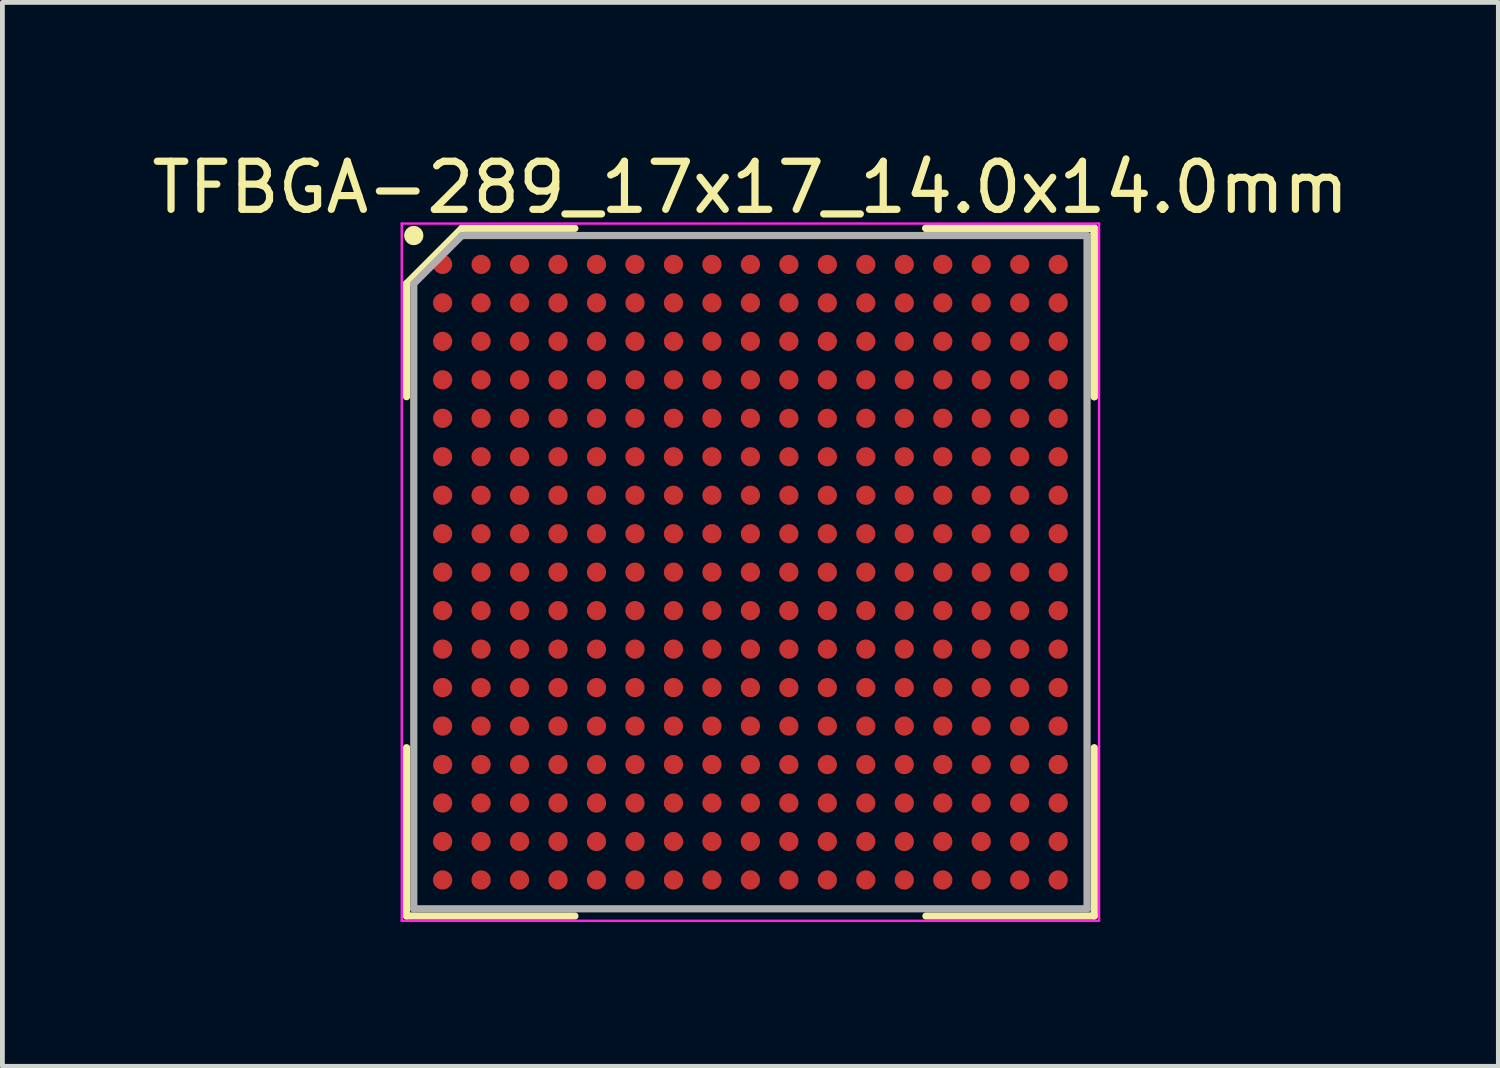
<source format=kicad_pcb>
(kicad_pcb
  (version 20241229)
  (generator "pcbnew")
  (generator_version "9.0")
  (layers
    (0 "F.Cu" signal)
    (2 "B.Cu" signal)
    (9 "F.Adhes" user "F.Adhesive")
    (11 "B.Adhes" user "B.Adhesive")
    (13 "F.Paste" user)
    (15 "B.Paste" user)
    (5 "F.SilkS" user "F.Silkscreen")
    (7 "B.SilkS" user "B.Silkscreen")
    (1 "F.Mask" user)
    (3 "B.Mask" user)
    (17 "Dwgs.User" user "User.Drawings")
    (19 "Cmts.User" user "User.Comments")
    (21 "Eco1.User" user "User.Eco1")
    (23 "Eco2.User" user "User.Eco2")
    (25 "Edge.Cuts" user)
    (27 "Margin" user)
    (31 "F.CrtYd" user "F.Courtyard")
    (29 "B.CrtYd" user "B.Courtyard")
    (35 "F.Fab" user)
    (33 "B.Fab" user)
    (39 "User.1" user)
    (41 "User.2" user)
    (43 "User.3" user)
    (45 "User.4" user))
  (footprint "TFBGA-289_17x17_14.0x14.0mm"
    (layer "F.Cu")
    (at 12.554 8.848)
    (property "Reference" "TFBGA-289_17x17_14.0x14.0mm" (at 0 -8 0) (layer "F.SilkS") (effects (font (size 1 1) (thickness 0.15))))
    (attr smd)
    (fp_line (start -7.15 -6) (end -7.15 -3.65) (stroke (width 0.15) (type solid)) (layer "F.SilkS"))
    (fp_line (start -7.15 7.15) (end -7.15 3.65) (stroke (width 0.15) (type solid)) (layer "F.SilkS"))
    (fp_line (start -6 -7.15) (end -7.15 -6) (stroke (width 0.15) (type solid)) (layer "F.SilkS"))
    (fp_line (start -3.65 -7.15) (end -6 -7.15) (stroke (width 0.15) (type solid)) (layer "F.SilkS"))
    (fp_line (start -3.65 7.15) (end -7.15 7.15) (stroke (width 0.15) (type solid)) (layer "F.SilkS"))
    (fp_line (start 3.65 -7.15) (end 7.15 -7.15) (stroke (width 0.15) (type solid)) (layer "F.SilkS"))
    (fp_line (start 3.65 -7.15) (end 7.15 -7.15) (stroke (width 0.15) (type solid)) (layer "F.SilkS"))
    (fp_line (start 3.65 -7.15) (end 7.15 -7.15) (stroke (width 0.15) (type solid)) (layer "F.SilkS"))
    (fp_line (start 3.65 7.15) (end 7.15 7.15) (stroke (width 0.15) (type solid)) (layer "F.SilkS"))
    (fp_line (start 7.15 -7.15) (end 7.15 -3.65) (stroke (width 0.15) (type solid)) (layer "F.SilkS"))
    (fp_line (start 7.15 -7.15) (end 7.15 -3.65) (stroke (width 0.15) (type solid)) (layer "F.SilkS"))
    (fp_line (start 7.15 -7.15) (end 7.15 -3.65) (stroke (width 0.15) (type solid)) (layer "F.SilkS"))
    (fp_line (start 7.15 7.15) (end 7.15 3.65) (stroke (width 0.15) (type solid)) (layer "F.SilkS"))
    (fp_circle (center -7 -7) (end -7 -6.9) (stroke (width 0.2) (type solid)) (fill no) (layer "F.SilkS"))
    (fp_line (start -7.25 -7.25) (end 7.25 -7.25) (stroke (width 0.05) (type solid)) (layer "F.CrtYd"))
    (fp_line (start -7.25 7.25) (end -7.25 -7.25) (stroke (width 0.05) (type solid)) (layer "F.CrtYd"))
    (fp_line (start 7.25 -7.25) (end 7.25 7.25) (stroke (width 0.05) (type solid)) (layer "F.CrtYd"))
    (fp_line (start 7.25 7.25) (end -7.25 7.25) (stroke (width 0.05) (type solid)) (layer "F.CrtYd"))
    (fp_line (start -7 -6) (end -7 7) (stroke (width 0.15) (type solid)) (layer "F.Fab"))
    (fp_line (start -7 7) (end 7 7) (stroke (width 0.15) (type solid)) (layer "F.Fab"))
    (fp_line (start -6 -7) (end -7 -6) (stroke (width 0.15) (type solid)) (layer "F.Fab"))
    (fp_line (start 7 -7) (end -6 -7) (stroke (width 0.15) (type solid)) (layer "F.Fab"))
    (fp_line (start 7 7) (end 7 -7) (stroke (width 0.15) (type solid)) (layer "F.Fab"))
    (pad "A1" smd circle (at -6.4 -6.4) (size 0.4 0.4) (layers "F.Cu" "F.Mask" "F.Paste"))
    (pad "A2" smd circle (at -5.6 -6.4) (size 0.4 0.4) (layers "F.Cu" "F.Mask" "F.Paste"))
    (pad "A3" smd circle (at -4.8 -6.4) (size 0.4 0.4) (layers "F.Cu" "F.Mask" "F.Paste"))
    (pad "A4" smd circle (at -4 -6.4) (size 0.4 0.4) (layers "F.Cu" "F.Mask" "F.Paste"))
    (pad "A5" smd circle (at -3.2 -6.4) (size 0.4 0.4) (layers "F.Cu" "F.Mask" "F.Paste"))
    (pad "A6" smd circle (at -2.4 -6.4) (size 0.4 0.4) (layers "F.Cu" "F.Mask" "F.Paste"))
    (pad "A7" smd circle (at -1.6 -6.4) (size 0.4 0.4) (layers "F.Cu" "F.Mask" "F.Paste"))
    (pad "A8" smd circle (at -0.8 -6.4) (size 0.4 0.4) (layers "F.Cu" "F.Mask" "F.Paste"))
    (pad "A9" smd circle (at 0 -6.4) (size 0.4 0.4) (layers "F.Cu" "F.Mask" "F.Paste"))
    (pad "A10" smd circle (at 0.8 -6.4) (size 0.4 0.4) (layers "F.Cu" "F.Mask" "F.Paste"))
    (pad "A11" smd circle (at 1.6 -6.4) (size 0.4 0.4) (layers "F.Cu" "F.Mask" "F.Paste"))
    (pad "A12" smd circle (at 2.4 -6.4) (size 0.4 0.4) (layers "F.Cu" "F.Mask" "F.Paste"))
    (pad "A13" smd circle (at 3.2 -6.4) (size 0.4 0.4) (layers "F.Cu" "F.Mask" "F.Paste"))
    (pad "A14" smd circle (at 4 -6.4) (size 0.4 0.4) (layers "F.Cu" "F.Mask" "F.Paste"))
    (pad "A15" smd circle (at 4.8 -6.4) (size 0.4 0.4) (layers "F.Cu" "F.Mask" "F.Paste"))
    (pad "A16" smd circle (at 5.6 -6.4) (size 0.4 0.4) (layers "F.Cu" "F.Mask" "F.Paste"))
    (pad "A17" smd circle (at 6.4 -6.4) (size 0.4 0.4) (layers "F.Cu" "F.Mask" "F.Paste"))
    (pad "B1" smd circle (at -6.4 -5.6) (size 0.4 0.4) (layers "F.Cu" "F.Mask" "F.Paste"))
    (pad "B2" smd circle (at -5.6 -5.6) (size 0.4 0.4) (layers "F.Cu" "F.Mask" "F.Paste"))
    (pad "B3" smd circle (at -4.8 -5.6) (size 0.4 0.4) (layers "F.Cu" "F.Mask" "F.Paste"))
    (pad "B4" smd circle (at -4 -5.6) (size 0.4 0.4) (layers "F.Cu" "F.Mask" "F.Paste"))
    (pad "B5" smd circle (at -3.2 -5.6) (size 0.4 0.4) (layers "F.Cu" "F.Mask" "F.Paste"))
    (pad "B6" smd circle (at -2.4 -5.6) (size 0.4 0.4) (layers "F.Cu" "F.Mask" "F.Paste"))
    (pad "B7" smd circle (at -1.6 -5.6) (size 0.4 0.4) (layers "F.Cu" "F.Mask" "F.Paste"))
    (pad "B8" smd circle (at -0.8 -5.6) (size 0.4 0.4) (layers "F.Cu" "F.Mask" "F.Paste"))
    (pad "B9" smd circle (at 0 -5.6) (size 0.4 0.4) (layers "F.Cu" "F.Mask" "F.Paste"))
    (pad "B10" smd circle (at 0.8 -5.6) (size 0.4 0.4) (layers "F.Cu" "F.Mask" "F.Paste"))
    (pad "B11" smd circle (at 1.6 -5.6) (size 0.4 0.4) (layers "F.Cu" "F.Mask" "F.Paste"))
    (pad "B12" smd circle (at 2.4 -5.6) (size 0.4 0.4) (layers "F.Cu" "F.Mask" "F.Paste"))
    (pad "B13" smd circle (at 3.2 -5.6) (size 0.4 0.4) (layers "F.Cu" "F.Mask" "F.Paste"))
    (pad "B14" smd circle (at 4 -5.6) (size 0.4 0.4) (layers "F.Cu" "F.Mask" "F.Paste"))
    (pad "B15" smd circle (at 4.8 -5.6) (size 0.4 0.4) (layers "F.Cu" "F.Mask" "F.Paste"))
    (pad "B16" smd circle (at 5.6 -5.6) (size 0.4 0.4) (layers "F.Cu" "F.Mask" "F.Paste"))
    (pad "B17" smd circle (at 6.4 -5.6) (size 0.4 0.4) (layers "F.Cu" "F.Mask" "F.Paste"))
    (pad "C1" smd circle (at -6.4 -4.8) (size 0.4 0.4) (layers "F.Cu" "F.Mask" "F.Paste"))
    (pad "C2" smd circle (at -5.6 -4.8) (size 0.4 0.4) (layers "F.Cu" "F.Mask" "F.Paste"))
    (pad "C3" smd circle (at -4.8 -4.8) (size 0.4 0.4) (layers "F.Cu" "F.Mask" "F.Paste"))
    (pad "C4" smd circle (at -4 -4.8) (size 0.4 0.4) (layers "F.Cu" "F.Mask" "F.Paste"))
    (pad "C5" smd circle (at -3.2 -4.8) (size 0.4 0.4) (layers "F.Cu" "F.Mask" "F.Paste"))
    (pad "C6" smd circle (at -2.4 -4.8) (size 0.4 0.4) (layers "F.Cu" "F.Mask" "F.Paste"))
    (pad "C7" smd circle (at -1.6 -4.8) (size 0.4 0.4) (layers "F.Cu" "F.Mask" "F.Paste"))
    (pad "C8" smd circle (at -0.8 -4.8) (size 0.4 0.4) (layers "F.Cu" "F.Mask" "F.Paste"))
    (pad "C9" smd circle (at 0 -4.8) (size 0.4 0.4) (layers "F.Cu" "F.Mask" "F.Paste"))
    (pad "C10" smd circle (at 0.8 -4.8) (size 0.4 0.4) (layers "F.Cu" "F.Mask" "F.Paste"))
    (pad "C11" smd circle (at 1.6 -4.8) (size 0.4 0.4) (layers "F.Cu" "F.Mask" "F.Paste"))
    (pad "C12" smd circle (at 2.4 -4.8) (size 0.4 0.4) (layers "F.Cu" "F.Mask" "F.Paste"))
    (pad "C13" smd circle (at 3.2 -4.8) (size 0.4 0.4) (layers "F.Cu" "F.Mask" "F.Paste"))
    (pad "C14" smd circle (at 4 -4.8) (size 0.4 0.4) (layers "F.Cu" "F.Mask" "F.Paste"))
    (pad "C15" smd circle (at 4.8 -4.8) (size 0.4 0.4) (layers "F.Cu" "F.Mask" "F.Paste"))
    (pad "C16" smd circle (at 5.6 -4.8) (size 0.4 0.4) (layers "F.Cu" "F.Mask" "F.Paste"))
    (pad "C17" smd circle (at 6.4 -4.8) (size 0.4 0.4) (layers "F.Cu" "F.Mask" "F.Paste"))
    (pad "D1" smd circle (at -6.4 -4) (size 0.4 0.4) (layers "F.Cu" "F.Mask" "F.Paste"))
    (pad "D2" smd circle (at -5.6 -4) (size 0.4 0.4) (layers "F.Cu" "F.Mask" "F.Paste"))
    (pad "D3" smd circle (at -4.8 -4) (size 0.4 0.4) (layers "F.Cu" "F.Mask" "F.Paste"))
    (pad "D4" smd circle (at -4 -4) (size 0.4 0.4) (layers "F.Cu" "F.Mask" "F.Paste"))
    (pad "D5" smd circle (at -3.2 -4) (size 0.4 0.4) (layers "F.Cu" "F.Mask" "F.Paste"))
    (pad "D6" smd circle (at -2.4 -4) (size 0.4 0.4) (layers "F.Cu" "F.Mask" "F.Paste"))
    (pad "D7" smd circle (at -1.6 -4) (size 0.4 0.4) (layers "F.Cu" "F.Mask" "F.Paste"))
    (pad "D8" smd circle (at -0.8 -4) (size 0.4 0.4) (layers "F.Cu" "F.Mask" "F.Paste"))
    (pad "D9" smd circle (at 0 -4) (size 0.4 0.4) (layers "F.Cu" "F.Mask" "F.Paste"))
    (pad "D10" smd circle (at 0.8 -4) (size 0.4 0.4) (layers "F.Cu" "F.Mask" "F.Paste"))
    (pad "D11" smd circle (at 1.6 -4) (size 0.4 0.4) (layers "F.Cu" "F.Mask" "F.Paste"))
    (pad "D12" smd circle (at 2.4 -4) (size 0.4 0.4) (layers "F.Cu" "F.Mask" "F.Paste"))
    (pad "D13" smd circle (at 3.2 -4) (size 0.4 0.4) (layers "F.Cu" "F.Mask" "F.Paste"))
    (pad "D14" smd circle (at 4 -4) (size 0.4 0.4) (layers "F.Cu" "F.Mask" "F.Paste"))
    (pad "D15" smd circle (at 4.8 -4) (size 0.4 0.4) (layers "F.Cu" "F.Mask" "F.Paste"))
    (pad "D16" smd circle (at 5.6 -4) (size 0.4 0.4) (layers "F.Cu" "F.Mask" "F.Paste"))
    (pad "D17" smd circle (at 6.4 -4) (size 0.4 0.4) (layers "F.Cu" "F.Mask" "F.Paste"))
    (pad "E1" smd circle (at -6.4 -3.2) (size 0.4 0.4) (layers "F.Cu" "F.Mask" "F.Paste"))
    (pad "E2" smd circle (at -5.6 -3.2) (size 0.4 0.4) (layers "F.Cu" "F.Mask" "F.Paste"))
    (pad "E3" smd circle (at -4.8 -3.2) (size 0.4 0.4) (layers "F.Cu" "F.Mask" "F.Paste"))
    (pad "E4" smd circle (at -4 -3.2) (size 0.4 0.4) (layers "F.Cu" "F.Mask" "F.Paste"))
    (pad "E5" smd circle (at -3.2 -3.2) (size 0.4 0.4) (layers "F.Cu" "F.Mask" "F.Paste"))
    (pad "E6" smd circle (at -2.4 -3.2) (size 0.4 0.4) (layers "F.Cu" "F.Mask" "F.Paste"))
    (pad "E7" smd circle (at -1.6 -3.2) (size 0.4 0.4) (layers "F.Cu" "F.Mask" "F.Paste"))
    (pad "E8" smd circle (at -0.8 -3.2) (size 0.4 0.4) (layers "F.Cu" "F.Mask" "F.Paste"))
    (pad "E9" smd circle (at 0 -3.2) (size 0.4 0.4) (layers "F.Cu" "F.Mask" "F.Paste"))
    (pad "E10" smd circle (at 0.8 -3.2) (size 0.4 0.4) (layers "F.Cu" "F.Mask" "F.Paste"))
    (pad "E11" smd circle (at 1.6 -3.2) (size 0.4 0.4) (layers "F.Cu" "F.Mask" "F.Paste"))
    (pad "E12" smd circle (at 2.4 -3.2) (size 0.4 0.4) (layers "F.Cu" "F.Mask" "F.Paste"))
    (pad "E13" smd circle (at 3.2 -3.2) (size 0.4 0.4) (layers "F.Cu" "F.Mask" "F.Paste"))
    (pad "E14" smd circle (at 4 -3.2) (size 0.4 0.4) (layers "F.Cu" "F.Mask" "F.Paste"))
    (pad "E15" smd circle (at 4.8 -3.2) (size 0.4 0.4) (layers "F.Cu" "F.Mask" "F.Paste"))
    (pad "E16" smd circle (at 5.6 -3.2) (size 0.4 0.4) (layers "F.Cu" "F.Mask" "F.Paste"))
    (pad "E17" smd circle (at 6.4 -3.2) (size 0.4 0.4) (layers "F.Cu" "F.Mask" "F.Paste"))
    (pad "F1" smd circle (at -6.4 -2.4) (size 0.4 0.4) (layers "F.Cu" "F.Mask" "F.Paste"))
    (pad "F2" smd circle (at -5.6 -2.4) (size 0.4 0.4) (layers "F.Cu" "F.Mask" "F.Paste"))
    (pad "F3" smd circle (at -4.8 -2.4) (size 0.4 0.4) (layers "F.Cu" "F.Mask" "F.Paste"))
    (pad "F4" smd circle (at -4 -2.4) (size 0.4 0.4) (layers "F.Cu" "F.Mask" "F.Paste"))
    (pad "F5" smd circle (at -3.2 -2.4) (size 0.4 0.4) (layers "F.Cu" "F.Mask" "F.Paste"))
    (pad "F6" smd circle (at -2.4 -2.4) (size 0.4 0.4) (layers "F.Cu" "F.Mask" "F.Paste"))
    (pad "F7" smd circle (at -1.6 -2.4) (size 0.4 0.4) (layers "F.Cu" "F.Mask" "F.Paste"))
    (pad "F8" smd circle (at -0.8 -2.4) (size 0.4 0.4) (layers "F.Cu" "F.Mask" "F.Paste"))
    (pad "F9" smd circle (at 0 -2.4) (size 0.4 0.4) (layers "F.Cu" "F.Mask" "F.Paste"))
    (pad "F10" smd circle (at 0.8 -2.4) (size 0.4 0.4) (layers "F.Cu" "F.Mask" "F.Paste"))
    (pad "F11" smd circle (at 1.6 -2.4) (size 0.4 0.4) (layers "F.Cu" "F.Mask" "F.Paste"))
    (pad "F12" smd circle (at 2.4 -2.4) (size 0.4 0.4) (layers "F.Cu" "F.Mask" "F.Paste"))
    (pad "F13" smd circle (at 3.2 -2.4) (size 0.4 0.4) (layers "F.Cu" "F.Mask" "F.Paste"))
    (pad "F14" smd circle (at 4 -2.4) (size 0.4 0.4) (layers "F.Cu" "F.Mask" "F.Paste"))
    (pad "F15" smd circle (at 4.8 -2.4) (size 0.4 0.4) (layers "F.Cu" "F.Mask" "F.Paste"))
    (pad "F16" smd circle (at 5.6 -2.4) (size 0.4 0.4) (layers "F.Cu" "F.Mask" "F.Paste"))
    (pad "F17" smd circle (at 6.4 -2.4) (size 0.4 0.4) (layers "F.Cu" "F.Mask" "F.Paste"))
    (pad "G1" smd circle (at -6.4 -1.6) (size 0.4 0.4) (layers "F.Cu" "F.Mask" "F.Paste"))
    (pad "G2" smd circle (at -5.6 -1.6) (size 0.4 0.4) (layers "F.Cu" "F.Mask" "F.Paste"))
    (pad "G3" smd circle (at -4.8 -1.6) (size 0.4 0.4) (layers "F.Cu" "F.Mask" "F.Paste"))
    (pad "G4" smd circle (at -4 -1.6) (size 0.4 0.4) (layers "F.Cu" "F.Mask" "F.Paste"))
    (pad "G5" smd circle (at -3.2 -1.6) (size 0.4 0.4) (layers "F.Cu" "F.Mask" "F.Paste"))
    (pad "G6" smd circle (at -2.4 -1.6) (size 0.4 0.4) (layers "F.Cu" "F.Mask" "F.Paste"))
    (pad "G7" smd circle (at -1.6 -1.6) (size 0.4 0.4) (layers "F.Cu" "F.Mask" "F.Paste"))
    (pad "G8" smd circle (at -0.8 -1.6) (size 0.4 0.4) (layers "F.Cu" "F.Mask" "F.Paste"))
    (pad "G9" smd circle (at 0 -1.6) (size 0.4 0.4) (layers "F.Cu" "F.Mask" "F.Paste"))
    (pad "G10" smd circle (at 0.8 -1.6) (size 0.4 0.4) (layers "F.Cu" "F.Mask" "F.Paste"))
    (pad "G11" smd circle (at 1.6 -1.6) (size 0.4 0.4) (layers "F.Cu" "F.Mask" "F.Paste"))
    (pad "G12" smd circle (at 2.4 -1.6) (size 0.4 0.4) (layers "F.Cu" "F.Mask" "F.Paste"))
    (pad "G13" smd circle (at 3.2 -1.6) (size 0.4 0.4) (layers "F.Cu" "F.Mask" "F.Paste"))
    (pad "G14" smd circle (at 4 -1.6) (size 0.4 0.4) (layers "F.Cu" "F.Mask" "F.Paste"))
    (pad "G15" smd circle (at 4.8 -1.6) (size 0.4 0.4) (layers "F.Cu" "F.Mask" "F.Paste"))
    (pad "G16" smd circle (at 5.6 -1.6) (size 0.4 0.4) (layers "F.Cu" "F.Mask" "F.Paste"))
    (pad "G17" smd circle (at 6.4 -1.6) (size 0.4 0.4) (layers "F.Cu" "F.Mask" "F.Paste"))
    (pad "H1" smd circle (at -6.4 -0.8) (size 0.4 0.4) (layers "F.Cu" "F.Mask" "F.Paste"))
    (pad "H2" smd circle (at -5.6 -0.8) (size 0.4 0.4) (layers "F.Cu" "F.Mask" "F.Paste"))
    (pad "H3" smd circle (at -4.8 -0.8) (size 0.4 0.4) (layers "F.Cu" "F.Mask" "F.Paste"))
    (pad "H4" smd circle (at -4 -0.8) (size 0.4 0.4) (layers "F.Cu" "F.Mask" "F.Paste"))
    (pad "H5" smd circle (at -3.2 -0.8) (size 0.4 0.4) (layers "F.Cu" "F.Mask" "F.Paste"))
    (pad "H6" smd circle (at -2.4 -0.8) (size 0.4 0.4) (layers "F.Cu" "F.Mask" "F.Paste"))
    (pad "H7" smd circle (at -1.6 -0.8) (size 0.4 0.4) (layers "F.Cu" "F.Mask" "F.Paste"))
    (pad "H8" smd circle (at -0.8 -0.8) (size 0.4 0.4) (layers "F.Cu" "F.Mask" "F.Paste"))
    (pad "H9" smd circle (at 0 -0.8) (size 0.4 0.4) (layers "F.Cu" "F.Mask" "F.Paste"))
    (pad "H10" smd circle (at 0.8 -0.8) (size 0.4 0.4) (layers "F.Cu" "F.Mask" "F.Paste"))
    (pad "H11" smd circle (at 1.6 -0.8) (size 0.4 0.4) (layers "F.Cu" "F.Mask" "F.Paste"))
    (pad "H12" smd circle (at 2.4 -0.8) (size 0.4 0.4) (layers "F.Cu" "F.Mask" "F.Paste"))
    (pad "H13" smd circle (at 3.2 -0.8) (size 0.4 0.4) (layers "F.Cu" "F.Mask" "F.Paste"))
    (pad "H14" smd circle (at 4 -0.8) (size 0.4 0.4) (layers "F.Cu" "F.Mask" "F.Paste"))
    (pad "H15" smd circle (at 4.8 -0.8) (size 0.4 0.4) (layers "F.Cu" "F.Mask" "F.Paste"))
    (pad "H16" smd circle (at 5.6 -0.8) (size 0.4 0.4) (layers "F.Cu" "F.Mask" "F.Paste"))
    (pad "H17" smd circle (at 6.4 -0.8) (size 0.4 0.4) (layers "F.Cu" "F.Mask" "F.Paste"))
    (pad "J1" smd circle (at -6.4 0) (size 0.4 0.4) (layers "F.Cu" "F.Mask" "F.Paste"))
    (pad "J2" smd circle (at -5.6 0) (size 0.4 0.4) (layers "F.Cu" "F.Mask" "F.Paste"))
    (pad "J3" smd circle (at -4.8 0) (size 0.4 0.4) (layers "F.Cu" "F.Mask" "F.Paste"))
    (pad "J4" smd circle (at -4 0) (size 0.4 0.4) (layers "F.Cu" "F.Mask" "F.Paste"))
    (pad "J5" smd circle (at -3.2 0) (size 0.4 0.4) (layers "F.Cu" "F.Mask" "F.Paste"))
    (pad "J6" smd circle (at -2.4 0) (size 0.4 0.4) (layers "F.Cu" "F.Mask" "F.Paste"))
    (pad "J7" smd circle (at -1.6 0) (size 0.4 0.4) (layers "F.Cu" "F.Mask" "F.Paste"))
    (pad "J8" smd circle (at -0.8 0) (size 0.4 0.4) (layers "F.Cu" "F.Mask" "F.Paste"))
    (pad "J9" smd circle (at 0 0) (size 0.4 0.4) (layers "F.Cu" "F.Mask" "F.Paste"))
    (pad "J10" smd circle (at 0.8 0) (size 0.4 0.4) (layers "F.Cu" "F.Mask" "F.Paste"))
    (pad "J11" smd circle (at 1.6 0) (size 0.4 0.4) (layers "F.Cu" "F.Mask" "F.Paste"))
    (pad "J12" smd circle (at 2.4 0) (size 0.4 0.4) (layers "F.Cu" "F.Mask" "F.Paste"))
    (pad "J13" smd circle (at 3.2 0) (size 0.4 0.4) (layers "F.Cu" "F.Mask" "F.Paste"))
    (pad "J14" smd circle (at 4 0) (size 0.4 0.4) (layers "F.Cu" "F.Mask" "F.Paste"))
    (pad "J15" smd circle (at 4.8 0) (size 0.4 0.4) (layers "F.Cu" "F.Mask" "F.Paste"))
    (pad "J16" smd circle (at 5.6 0) (size 0.4 0.4) (layers "F.Cu" "F.Mask" "F.Paste"))
    (pad "J17" smd circle (at 6.4 0) (size 0.4 0.4) (layers "F.Cu" "F.Mask" "F.Paste"))
    (pad "K1" smd circle (at -6.4 0.8) (size 0.4 0.4) (layers "F.Cu" "F.Mask" "F.Paste"))
    (pad "K2" smd circle (at -5.6 0.8) (size 0.4 0.4) (layers "F.Cu" "F.Mask" "F.Paste"))
    (pad "K3" smd circle (at -4.8 0.8) (size 0.4 0.4) (layers "F.Cu" "F.Mask" "F.Paste"))
    (pad "K4" smd circle (at -4 0.8) (size 0.4 0.4) (layers "F.Cu" "F.Mask" "F.Paste"))
    (pad "K5" smd circle (at -3.2 0.8) (size 0.4 0.4) (layers "F.Cu" "F.Mask" "F.Paste"))
    (pad "K6" smd circle (at -2.4 0.8) (size 0.4 0.4) (layers "F.Cu" "F.Mask" "F.Paste"))
    (pad "K7" smd circle (at -1.6 0.8) (size 0.4 0.4) (layers "F.Cu" "F.Mask" "F.Paste"))
    (pad "K8" smd circle (at -0.8 0.8) (size 0.4 0.4) (layers "F.Cu" "F.Mask" "F.Paste"))
    (pad "K9" smd circle (at 0 0.8) (size 0.4 0.4) (layers "F.Cu" "F.Mask" "F.Paste"))
    (pad "K10" smd circle (at 0.8 0.8) (size 0.4 0.4) (layers "F.Cu" "F.Mask" "F.Paste"))
    (pad "K11" smd circle (at 1.6 0.8) (size 0.4 0.4) (layers "F.Cu" "F.Mask" "F.Paste"))
    (pad "K12" smd circle (at 2.4 0.8) (size 0.4 0.4) (layers "F.Cu" "F.Mask" "F.Paste"))
    (pad "K13" smd circle (at 3.2 0.8) (size 0.4 0.4) (layers "F.Cu" "F.Mask" "F.Paste"))
    (pad "K14" smd circle (at 4 0.8) (size 0.4 0.4) (layers "F.Cu" "F.Mask" "F.Paste"))
    (pad "K15" smd circle (at 4.8 0.8) (size 0.4 0.4) (layers "F.Cu" "F.Mask" "F.Paste"))
    (pad "K16" smd circle (at 5.6 0.8) (size 0.4 0.4) (layers "F.Cu" "F.Mask" "F.Paste"))
    (pad "K17" smd circle (at 6.4 0.8) (size 0.4 0.4) (layers "F.Cu" "F.Mask" "F.Paste"))
    (pad "L1" smd circle (at -6.4 1.6) (size 0.4 0.4) (layers "F.Cu" "F.Mask" "F.Paste"))
    (pad "L2" smd circle (at -5.6 1.6) (size 0.4 0.4) (layers "F.Cu" "F.Mask" "F.Paste"))
    (pad "L3" smd circle (at -4.8 1.6) (size 0.4 0.4) (layers "F.Cu" "F.Mask" "F.Paste"))
    (pad "L4" smd circle (at -4 1.6) (size 0.4 0.4) (layers "F.Cu" "F.Mask" "F.Paste"))
    (pad "L5" smd circle (at -3.2 1.6) (size 0.4 0.4) (layers "F.Cu" "F.Mask" "F.Paste"))
    (pad "L6" smd circle (at -2.4 1.6) (size 0.4 0.4) (layers "F.Cu" "F.Mask" "F.Paste"))
    (pad "L7" smd circle (at -1.6 1.6) (size 0.4 0.4) (layers "F.Cu" "F.Mask" "F.Paste"))
    (pad "L8" smd circle (at -0.8 1.6) (size 0.4 0.4) (layers "F.Cu" "F.Mask" "F.Paste"))
    (pad "L9" smd circle (at 0 1.6) (size 0.4 0.4) (layers "F.Cu" "F.Mask" "F.Paste"))
    (pad "L10" smd circle (at 0.8 1.6) (size 0.4 0.4) (layers "F.Cu" "F.Mask" "F.Paste"))
    (pad "L11" smd circle (at 1.6 1.6) (size 0.4 0.4) (layers "F.Cu" "F.Mask" "F.Paste"))
    (pad "L12" smd circle (at 2.4 1.6) (size 0.4 0.4) (layers "F.Cu" "F.Mask" "F.Paste"))
    (pad "L13" smd circle (at 3.2 1.6) (size 0.4 0.4) (layers "F.Cu" "F.Mask" "F.Paste"))
    (pad "L14" smd circle (at 4 1.6) (size 0.4 0.4) (layers "F.Cu" "F.Mask" "F.Paste"))
    (pad "L15" smd circle (at 4.8 1.6) (size 0.4 0.4) (layers "F.Cu" "F.Mask" "F.Paste"))
    (pad "L16" smd circle (at 5.6 1.6) (size 0.4 0.4) (layers "F.Cu" "F.Mask" "F.Paste"))
    (pad "L17" smd circle (at 6.4 1.6) (size 0.4 0.4) (layers "F.Cu" "F.Mask" "F.Paste"))
    (pad "M1" smd circle (at -6.4 2.4) (size 0.4 0.4) (layers "F.Cu" "F.Mask" "F.Paste"))
    (pad "M2" smd circle (at -5.6 2.4) (size 0.4 0.4) (layers "F.Cu" "F.Mask" "F.Paste"))
    (pad "M3" smd circle (at -4.8 2.4) (size 0.4 0.4) (layers "F.Cu" "F.Mask" "F.Paste"))
    (pad "M4" smd circle (at -4 2.4) (size 0.4 0.4) (layers "F.Cu" "F.Mask" "F.Paste"))
    (pad "M5" smd circle (at -3.2 2.4) (size 0.4 0.4) (layers "F.Cu" "F.Mask" "F.Paste"))
    (pad "M6" smd circle (at -2.4 2.4) (size 0.4 0.4) (layers "F.Cu" "F.Mask" "F.Paste"))
    (pad "M7" smd circle (at -1.6 2.4) (size 0.4 0.4) (layers "F.Cu" "F.Mask" "F.Paste"))
    (pad "M8" smd circle (at -0.8 2.4) (size 0.4 0.4) (layers "F.Cu" "F.Mask" "F.Paste"))
    (pad "M9" smd circle (at 0 2.4) (size 0.4 0.4) (layers "F.Cu" "F.Mask" "F.Paste"))
    (pad "M10" smd circle (at 0.8 2.4) (size 0.4 0.4) (layers "F.Cu" "F.Mask" "F.Paste"))
    (pad "M11" smd circle (at 1.6 2.4) (size 0.4 0.4) (layers "F.Cu" "F.Mask" "F.Paste"))
    (pad "M12" smd circle (at 2.4 2.4) (size 0.4 0.4) (layers "F.Cu" "F.Mask" "F.Paste"))
    (pad "M13" smd circle (at 3.2 2.4) (size 0.4 0.4) (layers "F.Cu" "F.Mask" "F.Paste"))
    (pad "M14" smd circle (at 4 2.4) (size 0.4 0.4) (layers "F.Cu" "F.Mask" "F.Paste"))
    (pad "M15" smd circle (at 4.8 2.4) (size 0.4 0.4) (layers "F.Cu" "F.Mask" "F.Paste"))
    (pad "M16" smd circle (at 5.6 2.4) (size 0.4 0.4) (layers "F.Cu" "F.Mask" "F.Paste"))
    (pad "M17" smd circle (at 6.4 2.4) (size 0.4 0.4) (layers "F.Cu" "F.Mask" "F.Paste"))
    (pad "N1" smd circle (at -6.4 3.2) (size 0.4 0.4) (layers "F.Cu" "F.Mask" "F.Paste"))
    (pad "N2" smd circle (at -5.6 3.2) (size 0.4 0.4) (layers "F.Cu" "F.Mask" "F.Paste"))
    (pad "N3" smd circle (at -4.8 3.2) (size 0.4 0.4) (layers "F.Cu" "F.Mask" "F.Paste"))
    (pad "N4" smd circle (at -4 3.2) (size 0.4 0.4) (layers "F.Cu" "F.Mask" "F.Paste"))
    (pad "N5" smd circle (at -3.2 3.2) (size 0.4 0.4) (layers "F.Cu" "F.Mask" "F.Paste"))
    (pad "N6" smd circle (at -2.4 3.2) (size 0.4 0.4) (layers "F.Cu" "F.Mask" "F.Paste"))
    (pad "N7" smd circle (at -1.6 3.2) (size 0.4 0.4) (layers "F.Cu" "F.Mask" "F.Paste"))
    (pad "N8" smd circle (at -0.8 3.2) (size 0.4 0.4) (layers "F.Cu" "F.Mask" "F.Paste"))
    (pad "N9" smd circle (at 0 3.2) (size 0.4 0.4) (layers "F.Cu" "F.Mask" "F.Paste"))
    (pad "N10" smd circle (at 0.8 3.2) (size 0.4 0.4) (layers "F.Cu" "F.Mask" "F.Paste"))
    (pad "N11" smd circle (at 1.6 3.2) (size 0.4 0.4) (layers "F.Cu" "F.Mask" "F.Paste"))
    (pad "N12" smd circle (at 2.4 3.2) (size 0.4 0.4) (layers "F.Cu" "F.Mask" "F.Paste"))
    (pad "N13" smd circle (at 3.2 3.2) (size 0.4 0.4) (layers "F.Cu" "F.Mask" "F.Paste"))
    (pad "N14" smd circle (at 4 3.2) (size 0.4 0.4) (layers "F.Cu" "F.Mask" "F.Paste"))
    (pad "N15" smd circle (at 4.8 3.2) (size 0.4 0.4) (layers "F.Cu" "F.Mask" "F.Paste"))
    (pad "N16" smd circle (at 5.6 3.2) (size 0.4 0.4) (layers "F.Cu" "F.Mask" "F.Paste"))
    (pad "N17" smd circle (at 6.4 3.2) (size 0.4 0.4) (layers "F.Cu" "F.Mask" "F.Paste"))
    (pad "P1" smd circle (at -6.4 4) (size 0.4 0.4) (layers "F.Cu" "F.Mask" "F.Paste"))
    (pad "P2" smd circle (at -5.6 4) (size 0.4 0.4) (layers "F.Cu" "F.Mask" "F.Paste"))
    (pad "P3" smd circle (at -4.8 4) (size 0.4 0.4) (layers "F.Cu" "F.Mask" "F.Paste"))
    (pad "P4" smd circle (at -4 4) (size 0.4 0.4) (layers "F.Cu" "F.Mask" "F.Paste"))
    (pad "P5" smd circle (at -3.2 4) (size 0.4 0.4) (layers "F.Cu" "F.Mask" "F.Paste"))
    (pad "P6" smd circle (at -2.4 4) (size 0.4 0.4) (layers "F.Cu" "F.Mask" "F.Paste"))
    (pad "P7" smd circle (at -1.6 4) (size 0.4 0.4) (layers "F.Cu" "F.Mask" "F.Paste"))
    (pad "P8" smd circle (at -0.8 4) (size 0.4 0.4) (layers "F.Cu" "F.Mask" "F.Paste"))
    (pad "P9" smd circle (at 0 4) (size 0.4 0.4) (layers "F.Cu" "F.Mask" "F.Paste"))
    (pad "P10" smd circle (at 0.8 4) (size 0.4 0.4) (layers "F.Cu" "F.Mask" "F.Paste"))
    (pad "P11" smd circle (at 1.6 4) (size 0.4 0.4) (layers "F.Cu" "F.Mask" "F.Paste"))
    (pad "P12" smd circle (at 2.4 4) (size 0.4 0.4) (layers "F.Cu" "F.Mask" "F.Paste"))
    (pad "P13" smd circle (at 3.2 4) (size 0.4 0.4) (layers "F.Cu" "F.Mask" "F.Paste"))
    (pad "P14" smd circle (at 4 4) (size 0.4 0.4) (layers "F.Cu" "F.Mask" "F.Paste"))
    (pad "P15" smd circle (at 4.8 4) (size 0.4 0.4) (layers "F.Cu" "F.Mask" "F.Paste"))
    (pad "P16" smd circle (at 5.6 4) (size 0.4 0.4) (layers "F.Cu" "F.Mask" "F.Paste"))
    (pad "P17" smd circle (at 6.4 4) (size 0.4 0.4) (layers "F.Cu" "F.Mask" "F.Paste"))
    (pad "R1" smd circle (at -6.4 4.8) (size 0.4 0.4) (layers "F.Cu" "F.Mask" "F.Paste"))
    (pad "R2" smd circle (at -5.6 4.8) (size 0.4 0.4) (layers "F.Cu" "F.Mask" "F.Paste"))
    (pad "R3" smd circle (at -4.8 4.8) (size 0.4 0.4) (layers "F.Cu" "F.Mask" "F.Paste"))
    (pad "R4" smd circle (at -4 4.8) (size 0.4 0.4) (layers "F.Cu" "F.Mask" "F.Paste"))
    (pad "R5" smd circle (at -3.2 4.8) (size 0.4 0.4) (layers "F.Cu" "F.Mask" "F.Paste"))
    (pad "R6" smd circle (at -2.4 4.8) (size 0.4 0.4) (layers "F.Cu" "F.Mask" "F.Paste"))
    (pad "R7" smd circle (at -1.6 4.8) (size 0.4 0.4) (layers "F.Cu" "F.Mask" "F.Paste"))
    (pad "R8" smd circle (at -0.8 4.8) (size 0.4 0.4) (layers "F.Cu" "F.Mask" "F.Paste"))
    (pad "R9" smd circle (at 0 4.8) (size 0.4 0.4) (layers "F.Cu" "F.Mask" "F.Paste"))
    (pad "R10" smd circle (at 0.8 4.8) (size 0.4 0.4) (layers "F.Cu" "F.Mask" "F.Paste"))
    (pad "R11" smd circle (at 1.6 4.8) (size 0.4 0.4) (layers "F.Cu" "F.Mask" "F.Paste"))
    (pad "R12" smd circle (at 2.4 4.8) (size 0.4 0.4) (layers "F.Cu" "F.Mask" "F.Paste"))
    (pad "R13" smd circle (at 3.2 4.8) (size 0.4 0.4) (layers "F.Cu" "F.Mask" "F.Paste"))
    (pad "R14" smd circle (at 4 4.8) (size 0.4 0.4) (layers "F.Cu" "F.Mask" "F.Paste"))
    (pad "R15" smd circle (at 4.8 4.8) (size 0.4 0.4) (layers "F.Cu" "F.Mask" "F.Paste"))
    (pad "R16" smd circle (at 5.6 4.8) (size 0.4 0.4) (layers "F.Cu" "F.Mask" "F.Paste"))
    (pad "R17" smd circle (at 6.4 4.8) (size 0.4 0.4) (layers "F.Cu" "F.Mask" "F.Paste"))
    (pad "T1" smd circle (at -6.4 5.6) (size 0.4 0.4) (layers "F.Cu" "F.Mask" "F.Paste"))
    (pad "T2" smd circle (at -5.6 5.6) (size 0.4 0.4) (layers "F.Cu" "F.Mask" "F.Paste"))
    (pad "T3" smd circle (at -4.8 5.6) (size 0.4 0.4) (layers "F.Cu" "F.Mask" "F.Paste"))
    (pad "T4" smd circle (at -4 5.6) (size 0.4 0.4) (layers "F.Cu" "F.Mask" "F.Paste"))
    (pad "T5" smd circle (at -3.2 5.6) (size 0.4 0.4) (layers "F.Cu" "F.Mask" "F.Paste"))
    (pad "T6" smd circle (at -2.4 5.6) (size 0.4 0.4) (layers "F.Cu" "F.Mask" "F.Paste"))
    (pad "T7" smd circle (at -1.6 5.6) (size 0.4 0.4) (layers "F.Cu" "F.Mask" "F.Paste"))
    (pad "T8" smd circle (at -0.8 5.6) (size 0.4 0.4) (layers "F.Cu" "F.Mask" "F.Paste"))
    (pad "T9" smd circle (at 0 5.6) (size 0.4 0.4) (layers "F.Cu" "F.Mask" "F.Paste"))
    (pad "T10" smd circle (at 0.8 5.6) (size 0.4 0.4) (layers "F.Cu" "F.Mask" "F.Paste"))
    (pad "T11" smd circle (at 1.6 5.6) (size 0.4 0.4) (layers "F.Cu" "F.Mask" "F.Paste"))
    (pad "T12" smd circle (at 2.4 5.6) (size 0.4 0.4) (layers "F.Cu" "F.Mask" "F.Paste"))
    (pad "T13" smd circle (at 3.2 5.6) (size 0.4 0.4) (layers "F.Cu" "F.Mask" "F.Paste"))
    (pad "T14" smd circle (at 4 5.6) (size 0.4 0.4) (layers "F.Cu" "F.Mask" "F.Paste"))
    (pad "T15" smd circle (at 4.8 5.6) (size 0.4 0.4) (layers "F.Cu" "F.Mask" "F.Paste"))
    (pad "T16" smd circle (at 5.6 5.6) (size 0.4 0.4) (layers "F.Cu" "F.Mask" "F.Paste"))
    (pad "T17" smd circle (at 6.4 5.6) (size 0.4 0.4) (layers "F.Cu" "F.Mask" "F.Paste"))
    (pad "U1" smd circle (at -6.4 6.4) (size 0.4 0.4) (layers "F.Cu" "F.Mask" "F.Paste"))
    (pad "U2" smd circle (at -5.6 6.4) (size 0.4 0.4) (layers "F.Cu" "F.Mask" "F.Paste"))
    (pad "U3" smd circle (at -4.8 6.4) (size 0.4 0.4) (layers "F.Cu" "F.Mask" "F.Paste"))
    (pad "U4" smd circle (at -4 6.4) (size 0.4 0.4) (layers "F.Cu" "F.Mask" "F.Paste"))
    (pad "U5" smd circle (at -3.2 6.4) (size 0.4 0.4) (layers "F.Cu" "F.Mask" "F.Paste"))
    (pad "U6" smd circle (at -2.4 6.4) (size 0.4 0.4) (layers "F.Cu" "F.Mask" "F.Paste"))
    (pad "U7" smd circle (at -1.6 6.4) (size 0.4 0.4) (layers "F.Cu" "F.Mask" "F.Paste"))
    (pad "U8" smd circle (at -0.8 6.4) (size 0.4 0.4) (layers "F.Cu" "F.Mask" "F.Paste"))
    (pad "U9" smd circle (at 0 6.4) (size 0.4 0.4) (layers "F.Cu" "F.Mask" "F.Paste"))
    (pad "U10" smd circle (at 0.8 6.4) (size 0.4 0.4) (layers "F.Cu" "F.Mask" "F.Paste"))
    (pad "U11" smd circle (at 1.6 6.4) (size 0.4 0.4) (layers "F.Cu" "F.Mask" "F.Paste"))
    (pad "U12" smd circle (at 2.4 6.4) (size 0.4 0.4) (layers "F.Cu" "F.Mask" "F.Paste"))
    (pad "U13" smd circle (at 3.2 6.4) (size 0.4 0.4) (layers "F.Cu" "F.Mask" "F.Paste"))
    (pad "U14" smd circle (at 4 6.4) (size 0.4 0.4) (layers "F.Cu" "F.Mask" "F.Paste"))
    (pad "U15" smd circle (at 4.8 6.4) (size 0.4 0.4) (layers "F.Cu" "F.Mask" "F.Paste"))
    (pad "U16" smd circle (at 5.6 6.4) (size 0.4 0.4) (layers "F.Cu" "F.Mask" "F.Paste"))
    (pad "U17" smd circle (at 6.4 6.4) (size 0.4 0.4) (layers "F.Cu" "F.Mask" "F.Paste")))
  (gr_rect
    (start -3 -3)
    (end 28.107 19.123)
    (stroke (width 0.1) (type default))
    (fill no)
    (layer "Edge.Cuts")))
</source>
